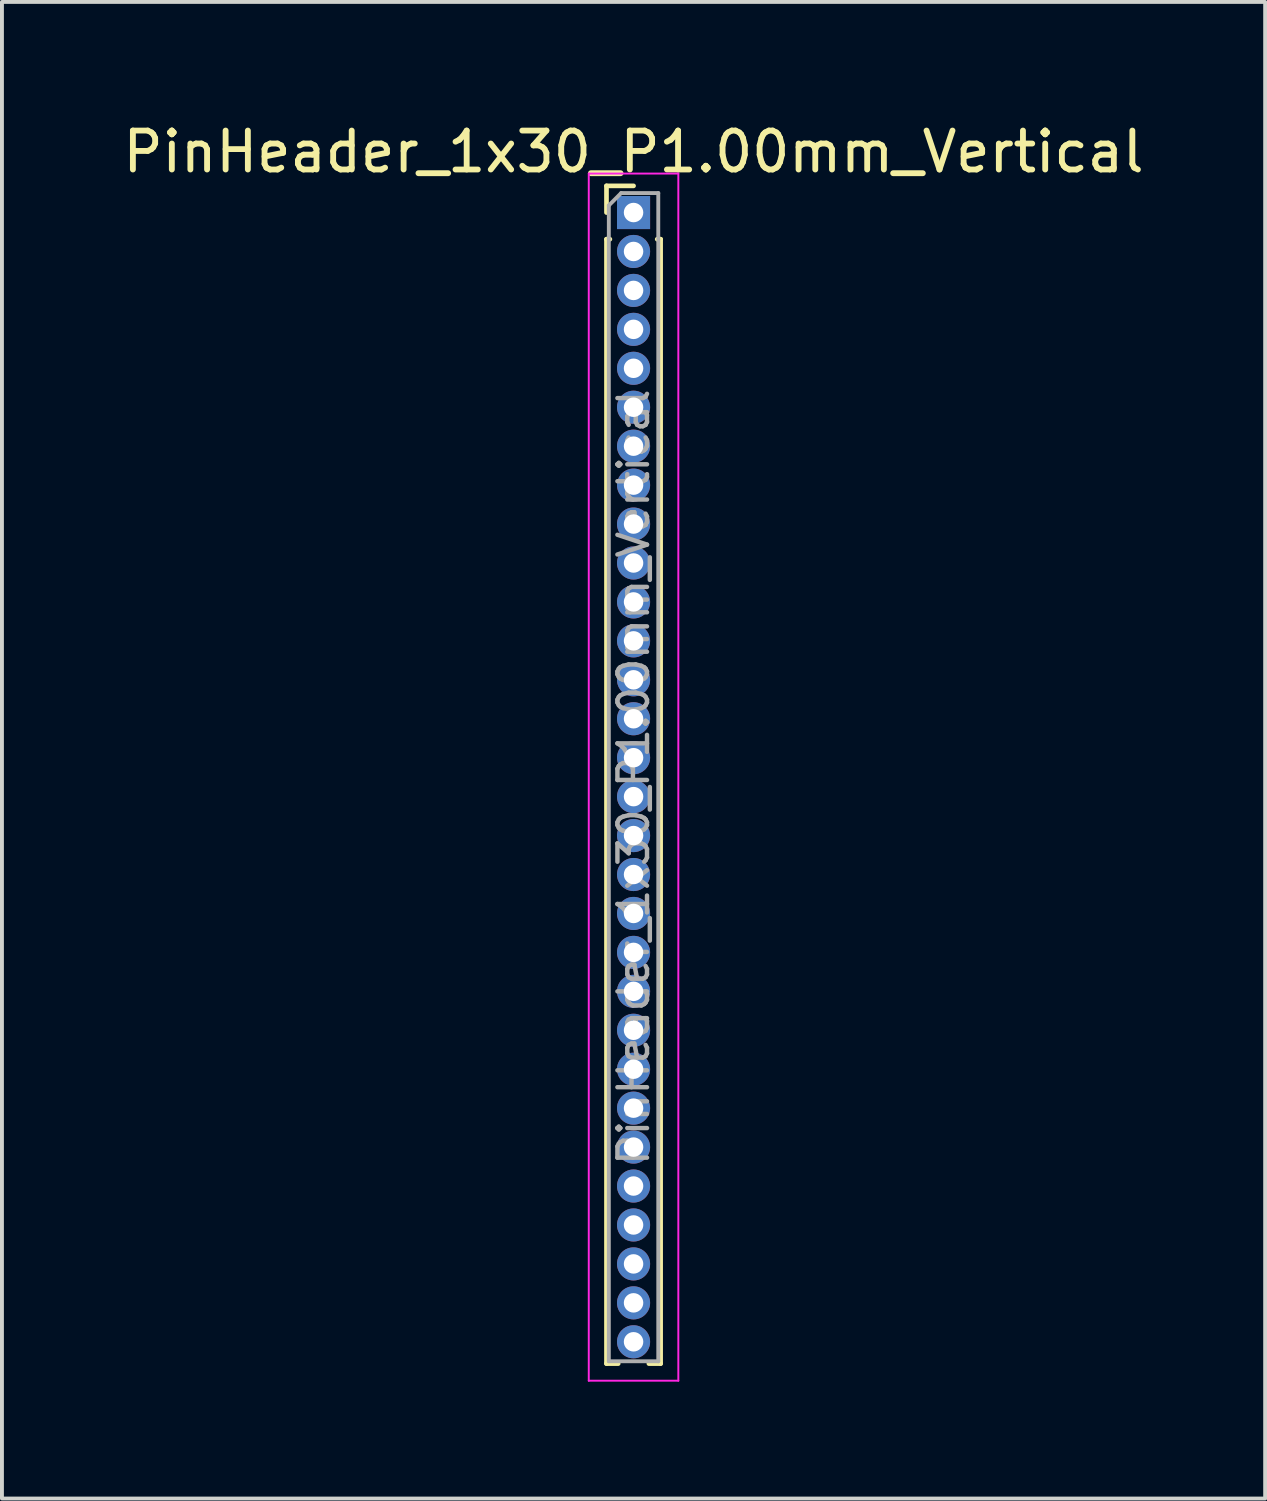
<source format=kicad_pcb>
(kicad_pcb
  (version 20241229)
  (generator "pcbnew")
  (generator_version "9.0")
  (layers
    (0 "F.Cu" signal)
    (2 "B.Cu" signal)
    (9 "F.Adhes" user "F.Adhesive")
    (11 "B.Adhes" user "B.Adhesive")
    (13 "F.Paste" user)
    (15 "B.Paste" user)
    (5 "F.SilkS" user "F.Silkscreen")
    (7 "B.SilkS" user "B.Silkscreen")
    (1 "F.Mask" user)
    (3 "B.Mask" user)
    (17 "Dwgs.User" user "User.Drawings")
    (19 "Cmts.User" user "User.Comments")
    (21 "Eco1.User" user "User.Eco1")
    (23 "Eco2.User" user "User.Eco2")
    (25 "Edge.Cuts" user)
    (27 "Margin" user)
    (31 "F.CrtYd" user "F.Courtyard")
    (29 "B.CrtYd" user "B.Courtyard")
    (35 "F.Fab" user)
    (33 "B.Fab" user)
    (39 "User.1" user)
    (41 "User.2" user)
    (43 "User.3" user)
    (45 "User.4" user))
  (footprint "PinHeader_1x30_P1.00mm_Vertical"
    (layer "F.Cu")
    (at 13.22 2.408)
    (property "Reference" "PinHeader_1x30_P1.00mm_Vertical" (at 0 -1.56 0) (layer "F.SilkS") (effects (font (size 1 1) (thickness 0.15))))
    (attr through_hole)
    (fp_line (start -0.695 -0.685) (end 0 -0.685) (stroke (width 0.12) (type solid)) (layer "F.SilkS"))
    (fp_line (start -0.695 0) (end -0.695 -0.685) (stroke (width 0.12) (type solid)) (layer "F.SilkS"))
    (fp_line (start -0.695 0.685) (end -0.695 29.56) (stroke (width 0.12) (type solid)) (layer "F.SilkS"))
    (fp_line (start -0.695 0.685) (end -0.608 0.685) (stroke (width 0.12) (type solid)) (layer "F.SilkS"))
    (fp_line (start -0.695 29.56) (end -0.394 29.56) (stroke (width 0.12) (type solid)) (layer "F.SilkS"))
    (fp_line (start 0.394 29.56) (end 0.695 29.56) (stroke (width 0.12) (type solid)) (layer "F.SilkS"))
    (fp_line (start 0.608 0.685) (end 0.695 0.685) (stroke (width 0.12) (type solid)) (layer "F.SilkS"))
    (fp_line (start 0.695 0.685) (end 0.695 29.56) (stroke (width 0.12) (type solid)) (layer "F.SilkS"))
    (fp_line (start -1.15 -1) (end -1.15 30) (stroke (width 0.05) (type solid)) (layer "F.CrtYd"))
    (fp_line (start -1.15 30) (end 1.15 30) (stroke (width 0.05) (type solid)) (layer "F.CrtYd"))
    (fp_line (start 1.15 -1) (end -1.15 -1) (stroke (width 0.05) (type solid)) (layer "F.CrtYd"))
    (fp_line (start 1.15 30) (end 1.15 -1) (stroke (width 0.05) (type solid)) (layer "F.CrtYd"))
    (fp_line (start -0.635 -0.182) (end -0.318 -0.5) (stroke (width 0.1) (type solid)) (layer "F.Fab"))
    (fp_line (start -0.635 29.5) (end -0.635 -0.182) (stroke (width 0.1) (type solid)) (layer "F.Fab"))
    (fp_line (start -0.318 -0.5) (end 0.635 -0.5) (stroke (width 0.1) (type solid)) (layer "F.Fab"))
    (fp_line (start 0.635 -0.5) (end 0.635 29.5) (stroke (width 0.1) (type solid)) (layer "F.Fab"))
    (fp_line (start 0.635 29.5) (end -0.635 29.5) (stroke (width 0.1) (type solid)) (layer "F.Fab"))
    (fp_text user "${REFERENCE}" (at 0 14.5 90) (layer "F.Fab") (effects (font (size 0.76 0.76) (thickness 0.114))))
    (pad "1" thru_hole rect (at 0 0) (size 0.85 0.85) (drill 0.5) (layers "*.Cu" "*.Mask"))
    (pad "2" thru_hole oval (at 0 1) (size 0.85 0.85) (drill 0.5) (layers "*.Cu" "*.Mask"))
    (pad "3" thru_hole oval (at 0 2) (size 0.85 0.85) (drill 0.5) (layers "*.Cu" "*.Mask"))
    (pad "4" thru_hole oval (at 0 3) (size 0.85 0.85) (drill 0.5) (layers "*.Cu" "*.Mask"))
    (pad "5" thru_hole oval (at 0 4) (size 0.85 0.85) (drill 0.5) (layers "*.Cu" "*.Mask"))
    (pad "6" thru_hole oval (at 0 5) (size 0.85 0.85) (drill 0.5) (layers "*.Cu" "*.Mask"))
    (pad "7" thru_hole oval (at 0 6) (size 0.85 0.85) (drill 0.5) (layers "*.Cu" "*.Mask"))
    (pad "8" thru_hole oval (at 0 7) (size 0.85 0.85) (drill 0.5) (layers "*.Cu" "*.Mask"))
    (pad "9" thru_hole oval (at 0 8) (size 0.85 0.85) (drill 0.5) (layers "*.Cu" "*.Mask"))
    (pad "10" thru_hole oval (at 0 9) (size 0.85 0.85) (drill 0.5) (layers "*.Cu" "*.Mask"))
    (pad "11" thru_hole oval (at 0 10) (size 0.85 0.85) (drill 0.5) (layers "*.Cu" "*.Mask"))
    (pad "12" thru_hole oval (at 0 11) (size 0.85 0.85) (drill 0.5) (layers "*.Cu" "*.Mask"))
    (pad "13" thru_hole oval (at 0 12) (size 0.85 0.85) (drill 0.5) (layers "*.Cu" "*.Mask"))
    (pad "14" thru_hole oval (at 0 13) (size 0.85 0.85) (drill 0.5) (layers "*.Cu" "*.Mask"))
    (pad "15" thru_hole oval (at 0 14) (size 0.85 0.85) (drill 0.5) (layers "*.Cu" "*.Mask"))
    (pad "16" thru_hole oval (at 0 15) (size 0.85 0.85) (drill 0.5) (layers "*.Cu" "*.Mask"))
    (pad "17" thru_hole oval (at 0 16) (size 0.85 0.85) (drill 0.5) (layers "*.Cu" "*.Mask"))
    (pad "18" thru_hole oval (at 0 17) (size 0.85 0.85) (drill 0.5) (layers "*.Cu" "*.Mask"))
    (pad "19" thru_hole oval (at 0 18) (size 0.85 0.85) (drill 0.5) (layers "*.Cu" "*.Mask"))
    (pad "20" thru_hole oval (at 0 19) (size 0.85 0.85) (drill 0.5) (layers "*.Cu" "*.Mask"))
    (pad "21" thru_hole oval (at 0 20) (size 0.85 0.85) (drill 0.5) (layers "*.Cu" "*.Mask"))
    (pad "22" thru_hole oval (at 0 21) (size 0.85 0.85) (drill 0.5) (layers "*.Cu" "*.Mask"))
    (pad "23" thru_hole oval (at 0 22) (size 0.85 0.85) (drill 0.5) (layers "*.Cu" "*.Mask"))
    (pad "24" thru_hole oval (at 0 23) (size 0.85 0.85) (drill 0.5) (layers "*.Cu" "*.Mask"))
    (pad "25" thru_hole oval (at 0 24) (size 0.85 0.85) (drill 0.5) (layers "*.Cu" "*.Mask"))
    (pad "26" thru_hole oval (at 0 25) (size 0.85 0.85) (drill 0.5) (layers "*.Cu" "*.Mask"))
    (pad "27" thru_hole oval (at 0 26) (size 0.85 0.85) (drill 0.5) (layers "*.Cu" "*.Mask"))
    (pad "28" thru_hole oval (at 0 27) (size 0.85 0.85) (drill 0.5) (layers "*.Cu" "*.Mask"))
    (pad "29" thru_hole oval (at 0 28) (size 0.85 0.85) (drill 0.5) (layers "*.Cu" "*.Mask"))
    (pad "30" thru_hole oval (at 0 29) (size 0.85 0.85) (drill 0.5) (layers "*.Cu" "*.Mask")))
  (gr_rect
    (start -3 -3)
    (end 29.44 35.433)
    (stroke (width 0.1) (type default))
    (fill no)
    (layer "Edge.Cuts")))
</source>
